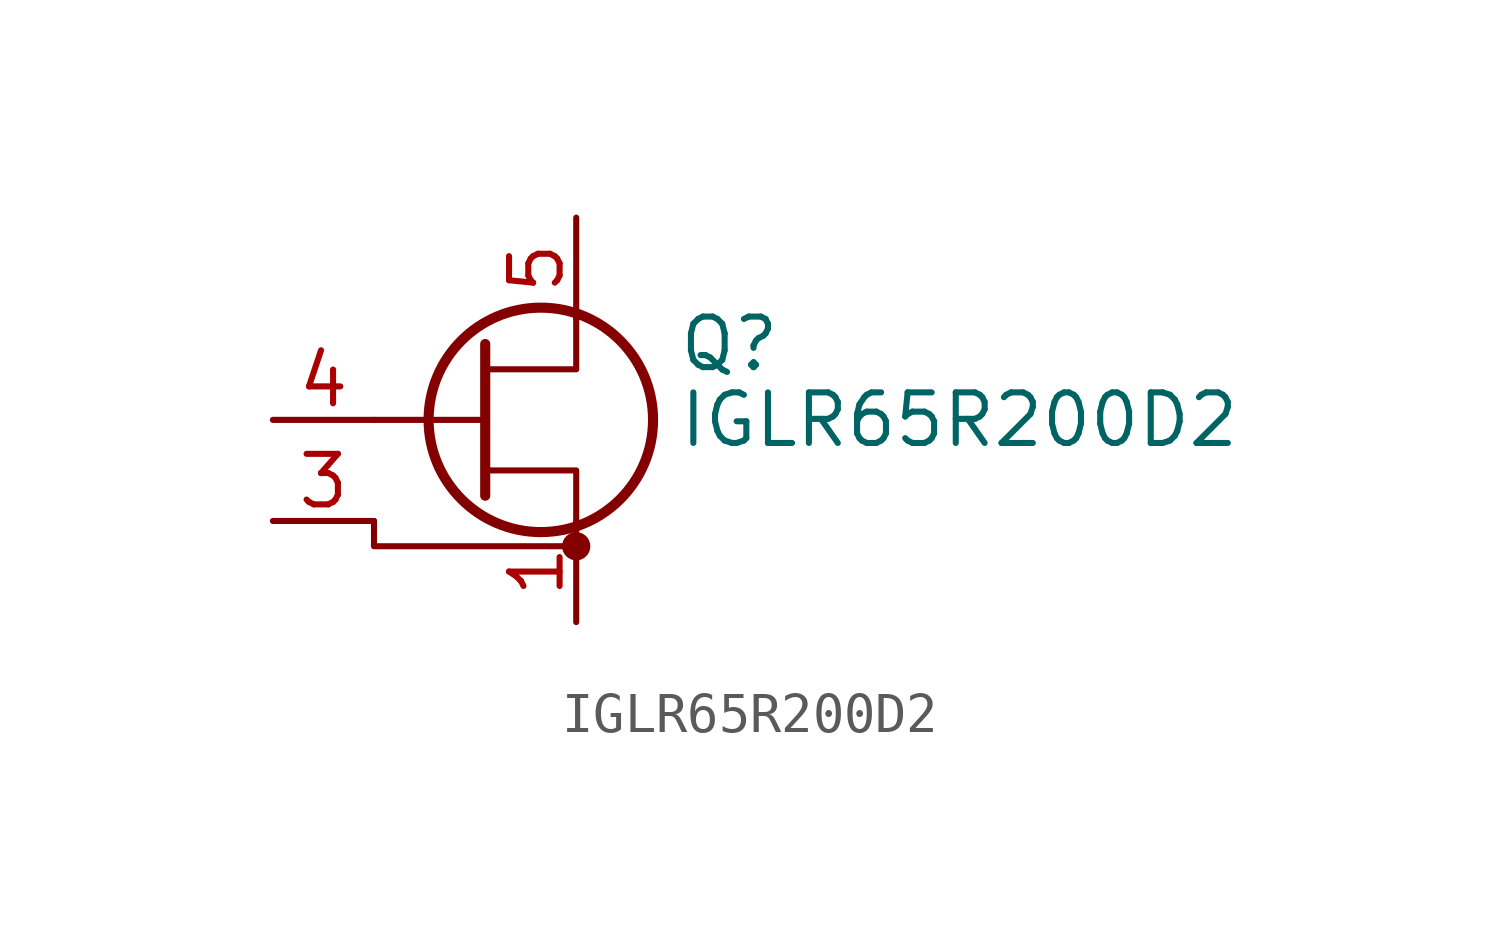
<source format=kicad_sym>
(kicad_symbol_lib
  (version 20241209)
  (generator "kicad_symbol_editor")
  (generator_version "9.0")
  (symbol "IGLR65R200D2"
    (pin_names
      (offset 0)
      (hide yes))
    (property "Reference" "Q"
      (at 5.08 1.905 0)
      (effects (font (size 1.27 1.27)) (justify left)))
    (property "Value" "IGLR65R200D2"
      (at 5.08 0 0)
      (effects (font (size 1.27 1.27)) (justify left)))
    (symbol "IGLR65R200D2_0_1"
      (polyline (pts (xy -2.54 0) (xy 0.254 0)) (stroke (width 0) (type default)) (fill (type none)))
      (polyline (pts (xy -2.54 -2.54) (xy -2.54 -3.175) (xy 2.54 -3.175)) (stroke (width 0) (type default)) (fill (type none)))
      (polyline (pts (xy 0.254 1.905) (xy 0.254 -1.905) (xy 0.254 -1.905)) (stroke (width 0.254) (type default)) (fill (type none)))
      (polyline (pts (xy 0.254 -1.27) (xy 2.54 -1.27) (xy 2.54 -2.54)) (stroke (width 0) (type default)) (fill (type none)))
      (circle (center 1.651 0) (radius 2.819) (stroke (width 0.254) (type default)) (fill (type none)))
      (polyline (pts (xy 2.54 2.54) (xy 2.54 1.27) (xy 0.254 1.27)) (stroke (width 0) (type default)) (fill (type none)))
      (circle (center 2.54 -3.175) (radius 0.279) (stroke (width 0) (type default)) (fill (type outline))))
    (symbol "IGLR65R200D2_1_1"
      (pin input line (at -5.08 0 0) (length 2.54) (name "G" (effects (font (size 1.27 1.27)))) (number "4" (effects (font (size 1.27 1.27)))))
      (pin passive line (at -5.08 -2.54 0) (length 2.54) (name "SS" (effects (font (size 1.27 1.27)))) (number "3" (effects (font (size 1.27 1.27)))))
      (pin passive line (at 2.54 5.08 270) (length 2.54) (name "D" (effects (font (size 1.27 1.27)))) (number "5" (effects (font (size 1.27 1.27)))))
      (pin passive line (at 2.54 5.08 270) (length 2.54) (hide yes) (name "D" (effects (font (size 1.27 1.27)))) (number "6" (effects (font (size 1.27 1.27)))))
      (pin passive line (at 2.54 5.08 270) (length 2.54) (hide yes) (name "D" (effects (font (size 1.27 1.27)))) (number "7" (effects (font (size 1.27 1.27)))))
      (pin passive line (at 2.54 5.08 270) (length 2.54) (hide yes) (name "D" (effects (font (size 1.27 1.27)))) (number "8" (effects (font (size 1.27 1.27)))))
      (pin passive line (at 2.54 -5.08 90) (length 2.54) (name "S" (effects (font (size 1.27 1.27)))) (number "1" (effects (font (size 1.27 1.27)))))
      (pin passive line (at 2.54 -5.08 90) (length 2.54) (hide yes) (name "S" (effects (font (size 1.27 1.27)))) (number "2" (effects (font (size 1.27 1.27)))))
      (pin passive line (at 2.54 -5.08 90) (length 2.54) (hide yes) (name "S" (effects (font (size 1.27 1.27)))) (number "9" (effects (font (size 1.27 1.27))))))))
</source>
